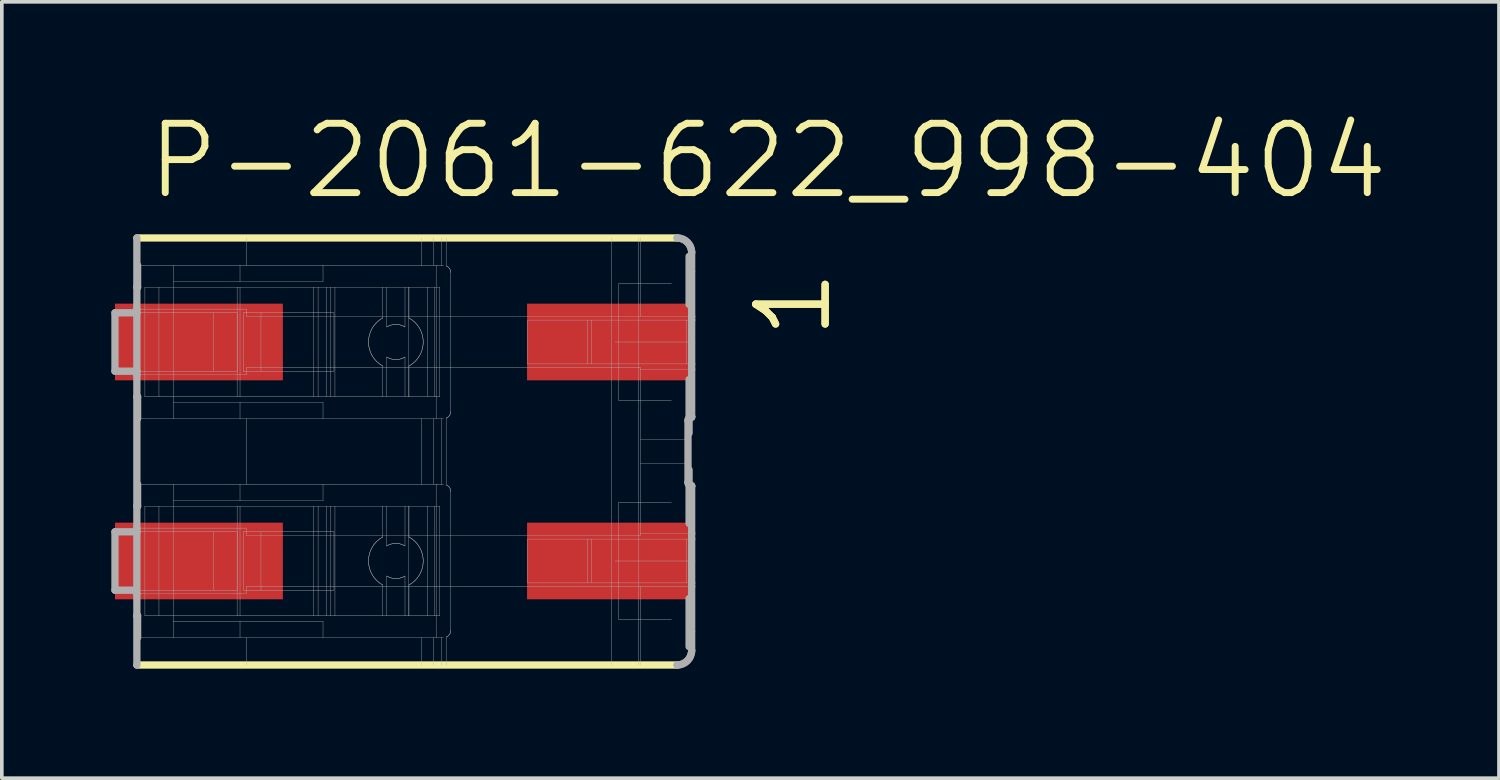
<source format=kicad_pcb>
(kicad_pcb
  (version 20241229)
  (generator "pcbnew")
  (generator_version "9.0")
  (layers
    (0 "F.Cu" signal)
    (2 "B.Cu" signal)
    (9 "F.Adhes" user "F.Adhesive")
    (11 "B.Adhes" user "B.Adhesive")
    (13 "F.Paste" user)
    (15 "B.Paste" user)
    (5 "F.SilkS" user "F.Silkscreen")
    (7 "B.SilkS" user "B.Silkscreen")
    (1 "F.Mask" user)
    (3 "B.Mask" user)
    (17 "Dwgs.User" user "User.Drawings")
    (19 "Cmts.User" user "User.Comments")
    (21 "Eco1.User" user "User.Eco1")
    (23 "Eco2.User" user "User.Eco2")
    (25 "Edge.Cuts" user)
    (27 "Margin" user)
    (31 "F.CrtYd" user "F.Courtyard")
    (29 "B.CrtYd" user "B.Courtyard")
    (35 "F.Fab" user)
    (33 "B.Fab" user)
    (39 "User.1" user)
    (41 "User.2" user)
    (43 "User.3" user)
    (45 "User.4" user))
  (footprint "P-2061-622_998-404"
    (layer "F.Cu")
    (at 8.05 9.32)
    (property "Reference" "P-2061-622_998-404" (at -7.15 -6.85 0) (layer "F.SilkS") (effects (font (size 1.9 1.9) (thickness 0.19)) (justify left bottom)))
    (attr through_hole)
    (fp_line (start 7.445 -5.85) (end -7.35 -5.85) (stroke (width 0.2) (type solid)) (layer "F.SilkS"))
    (fp_line (start 7.445 5.85) (end -7.35 5.85) (stroke (width 0.2) (type solid)) (layer "F.SilkS"))
    (fp_line (start -7.95 -3.8) (end -7.35 -3.8) (stroke (width 0.2) (type solid)) (layer "F.Fab"))
    (fp_line (start -7.95 -2.2) (end -7.95 -3.8) (stroke (width 0.2) (type solid)) (layer "F.Fab"))
    (fp_line (start -7.95 -2.2) (end -7.35 -2.2) (stroke (width 0.2) (type solid)) (layer "F.Fab"))
    (fp_line (start -7.95 2.2) (end -7.35 2.2) (stroke (width 0.2) (type solid)) (layer "F.Fab"))
    (fp_line (start -7.95 3.8) (end -7.95 2.2) (stroke (width 0.2) (type solid)) (layer "F.Fab"))
    (fp_line (start -7.95 3.8) (end -7.4 3.8) (stroke (width 0.2) (type solid)) (layer "F.Fab"))
    (fp_line (start -7.4 3.8) (end -5.25 3.8) (stroke (width 0.01) (type solid)) (layer "F.Fab"))
    (fp_line (start -7.35 -4.5) (end -7.35 -5.85) (stroke (width 0.2) (type solid)) (layer "F.Fab"))
    (fp_line (start -7.35 -3.9) (end -7.35 -4.5) (stroke (width 0.2) (type solid)) (layer "F.Fab"))
    (fp_line (start -7.35 -3.8) (end -7.35 -3.9) (stroke (width 0.2) (type solid)) (layer "F.Fab"))
    (fp_line (start -7.35 -3.8) (end -5.25 -3.8) (stroke (width 0.01) (type solid)) (layer "F.Fab"))
    (fp_line (start -7.35 -2.2) (end -7.35 -3.8) (stroke (width 0.2) (type solid)) (layer "F.Fab"))
    (fp_line (start -7.35 -2.2) (end -5.25 -2.2) (stroke (width 0.01) (type solid)) (layer "F.Fab"))
    (fp_line (start -7.35 -2.1) (end -7.35 -2.2) (stroke (width 0.2) (type solid)) (layer "F.Fab"))
    (fp_line (start -7.35 -1.5) (end -7.35 -2.1) (stroke (width 0.2) (type solid)) (layer "F.Fab"))
    (fp_line (start -7.35 1.5) (end -7.35 -1.5) (stroke (width 0.2) (type solid)) (layer "F.Fab"))
    (fp_line (start -7.35 2.1) (end -7.35 1.5) (stroke (width 0.2) (type solid)) (layer "F.Fab"))
    (fp_line (start -7.35 2.2) (end -7.35 2.1) (stroke (width 0.2) (type solid)) (layer "F.Fab"))
    (fp_line (start -7.35 2.2) (end -5.25 2.2) (stroke (width 0.01) (type solid)) (layer "F.Fab"))
    (fp_line (start -7.35 3.9) (end -7.35 2.2) (stroke (width 0.2) (type solid)) (layer "F.Fab"))
    (fp_line (start -7.35 4.5) (end -7.35 3.9) (stroke (width 0.2) (type solid)) (layer "F.Fab"))
    (fp_line (start -7.35 5.85) (end -7.35 4.5) (stroke (width 0.2) (type solid)) (layer "F.Fab"))
    (fp_line (start -7.33 -5.1) (end -7.33 -4.5) (stroke (width 0.2) (type solid)) (layer "F.Fab"))
    (fp_line (start -7.33 -4.5) (end -7.35 -4.5) (stroke (width 0.2) (type solid)) (layer "F.Fab"))
    (fp_line (start -7.33 -1.5) (end -7.35 -1.5) (stroke (width 0.2) (type solid)) (layer "F.Fab"))
    (fp_line (start -7.33 -1.5) (end -7.33 -0.9) (stroke (width 0.2) (type solid)) (layer "F.Fab"))
    (fp_line (start -7.33 -0.9) (end -6.35 -0.9) (stroke (width 0.01) (type solid)) (layer "F.Fab"))
    (fp_line (start -7.33 0.9) (end -7.33 1.5) (stroke (width 0.2) (type solid)) (layer "F.Fab"))
    (fp_line (start -7.33 1.5) (end -7.35 1.5) (stroke (width 0.2) (type solid)) (layer "F.Fab"))
    (fp_line (start -7.33 4.5) (end -7.35 4.5) (stroke (width 0.2) (type solid)) (layer "F.Fab"))
    (fp_line (start -7.33 4.5) (end -7.33 5.1) (stroke (width 0.2) (type solid)) (layer "F.Fab"))
    (fp_line (start -7.33 5.1) (end -6.35 5.1) (stroke (width 0.01) (type solid)) (layer "F.Fab"))
    (fp_line (start -7.13 -1.5) (end -7.13 -4.5) (stroke (width 0.01) (type solid)) (layer "F.Fab"))
    (fp_line (start -7.13 4.5) (end -7.13 1.5) (stroke (width 0.01) (type solid)) (layer "F.Fab"))
    (fp_line (start -6.745 -4.5) (end -7.13 -4.5) (stroke (width 0.01) (type solid)) (layer "F.Fab"))
    (fp_line (start -6.745 -1.5) (end -7.13 -1.5) (stroke (width 0.01) (type solid)) (layer "F.Fab"))
    (fp_line (start -6.745 -1.5) (end -6.745 -4.5) (stroke (width 0.01) (type solid)) (layer "F.Fab"))
    (fp_line (start -6.745 1.5) (end -7.13 1.5) (stroke (width 0.01) (type solid)) (layer "F.Fab"))
    (fp_line (start -6.745 4.5) (end -7.13 4.5) (stroke (width 0.01) (type solid)) (layer "F.Fab"))
    (fp_line (start -6.745 4.5) (end -6.745 1.5) (stroke (width 0.01) (type solid)) (layer "F.Fab"))
    (fp_line (start -6.35 -5.1) (end -7.33 -5.1) (stroke (width 0.01) (type solid)) (layer "F.Fab"))
    (fp_line (start -6.35 -4.65) (end -6.35 -5.1) (stroke (width 0.01) (type solid)) (layer "F.Fab"))
    (fp_line (start -6.35 -1.35) (end -6.35 -4.65) (stroke (width 0.01) (type solid)) (layer "F.Fab"))
    (fp_line (start -6.35 -0.9) (end -6.35 -1.35) (stroke (width 0.01) (type solid)) (layer "F.Fab"))
    (fp_line (start -6.35 -0.9) (end -4.524 -0.9) (stroke (width 0.01) (type solid)) (layer "F.Fab"))
    (fp_line (start -6.35 0.9) (end -7.33 0.9) (stroke (width 0.01) (type solid)) (layer "F.Fab"))
    (fp_line (start -6.35 1.35) (end -6.35 0.9) (stroke (width 0.01) (type solid)) (layer "F.Fab"))
    (fp_line (start -6.35 4.65) (end -6.35 1.35) (stroke (width 0.01) (type solid)) (layer "F.Fab"))
    (fp_line (start -6.35 5.1) (end -6.35 4.65) (stroke (width 0.01) (type solid)) (layer "F.Fab"))
    (fp_line (start -6.35 5.1) (end -4.524 5.1) (stroke (width 0.01) (type solid)) (layer "F.Fab"))
    (fp_line (start -5.25 -3.8) (end -4.602 -3.8) (stroke (width 0.01) (type solid)) (layer "F.Fab"))
    (fp_line (start -5.25 -2.2) (end -5.25 -3.8) (stroke (width 0.01) (type solid)) (layer "F.Fab"))
    (fp_line (start -5.25 -2.2) (end -4.602 -2.2) (stroke (width 0.01) (type solid)) (layer "F.Fab"))
    (fp_line (start -5.25 2.2) (end -4.602 2.2) (stroke (width 0.01) (type solid)) (layer "F.Fab"))
    (fp_line (start -5.25 3.8) (end -5.25 2.2) (stroke (width 0.01) (type solid)) (layer "F.Fab"))
    (fp_line (start -5.25 3.8) (end -4.602 3.8) (stroke (width 0.01) (type solid)) (layer "F.Fab"))
    (fp_line (start -4.603 -4.5) (end -6.745 -4.5) (stroke (width 0.01) (type solid)) (layer "F.Fab"))
    (fp_line (start -4.603 -1.5) (end -6.745 -1.5) (stroke (width 0.01) (type solid)) (layer "F.Fab"))
    (fp_line (start -4.603 -1.5) (end -4.603 -4.5) (stroke (width 0.01) (type solid)) (layer "F.Fab"))
    (fp_line (start -4.603 1.5) (end -6.745 1.5) (stroke (width 0.01) (type solid)) (layer "F.Fab"))
    (fp_line (start -4.603 4.5) (end -6.745 4.5) (stroke (width 0.01) (type solid)) (layer "F.Fab"))
    (fp_line (start -4.603 4.5) (end -4.603 1.5) (stroke (width 0.01) (type solid)) (layer "F.Fab"))
    (fp_line (start -4.602 -3.8) (end -4.602 -2.2) (stroke (width 0.01) (type solid)) (layer "F.Fab"))
    (fp_line (start -4.602 2.2) (end -4.602 3.8) (stroke (width 0.01) (type solid)) (layer "F.Fab"))
    (fp_line (start -4.524 -5.1) (end -6.35 -5.1) (stroke (width 0.01) (type solid)) (layer "F.Fab"))
    (fp_line (start -4.524 -4.65) (end -6.35 -4.65) (stroke (width 0.01) (type solid)) (layer "F.Fab"))
    (fp_line (start -4.524 -4.65) (end -4.524 -5.1) (stroke (width 0.01) (type solid)) (layer "F.Fab"))
    (fp_line (start -4.524 -4.5) (end -4.603 -4.5) (stroke (width 0.01) (type solid)) (layer "F.Fab"))
    (fp_line (start -4.524 -1.5) (end -4.603 -1.5) (stroke (width 0.01) (type solid)) (layer "F.Fab"))
    (fp_line (start -4.524 -1.5) (end -4.524 -4.5) (stroke (width 0.01) (type solid)) (layer "F.Fab"))
    (fp_line (start -4.524 -1.35) (end -6.35 -1.35) (stroke (width 0.01) (type solid)) (layer "F.Fab"))
    (fp_line (start -4.524 -1.35) (end -4.524 -0.9) (stroke (width 0.01) (type solid)) (layer "F.Fab"))
    (fp_line (start -4.524 -0.9) (end -4.35 -0.9) (stroke (width 0.01) (type solid)) (layer "F.Fab"))
    (fp_line (start -4.524 0.9) (end -6.35 0.9) (stroke (width 0.01) (type solid)) (layer "F.Fab"))
    (fp_line (start -4.524 1.35) (end -6.35 1.35) (stroke (width 0.01) (type solid)) (layer "F.Fab"))
    (fp_line (start -4.524 1.35) (end -4.524 0.9) (stroke (width 0.01) (type solid)) (layer "F.Fab"))
    (fp_line (start -4.524 1.5) (end -4.603 1.5) (stroke (width 0.01) (type solid)) (layer "F.Fab"))
    (fp_line (start -4.524 4.5) (end -4.603 4.5) (stroke (width 0.01) (type solid)) (layer "F.Fab"))
    (fp_line (start -4.524 4.5) (end -4.524 1.5) (stroke (width 0.01) (type solid)) (layer "F.Fab"))
    (fp_line (start -4.524 4.65) (end -6.35 4.65) (stroke (width 0.01) (type solid)) (layer "F.Fab"))
    (fp_line (start -4.524 4.65) (end -4.524 5.1) (stroke (width 0.01) (type solid)) (layer "F.Fab"))
    (fp_line (start -4.524 5.1) (end -4.35 5.1) (stroke (width 0.01) (type solid)) (layer "F.Fab"))
    (fp_line (start -4.432 -2.2) (end -4.432 -3.8) (stroke (width 0.01) (type solid)) (layer "F.Fab"))
    (fp_line (start -4.432 3.8) (end -4.432 2.2) (stroke (width 0.01) (type solid)) (layer "F.Fab"))
    (fp_line (start -4.35 -5.1) (end -4.524 -5.1) (stroke (width 0.01) (type solid)) (layer "F.Fab"))
    (fp_line (start -4.35 -5.1) (end -4.35 -5.85) (stroke (width 0.01) (type solid)) (layer "F.Fab"))
    (fp_line (start -4.35 -3.9) (end -7.35 -3.9) (stroke (width 0.01) (type solid)) (layer "F.Fab"))
    (fp_line (start -4.35 -3.7) (end -4.35 -3.9) (stroke (width 0.01) (type solid)) (layer "F.Fab"))
    (fp_line (start -4.35 -3.7) (end 6.45 -3.7) (stroke (width 0.01) (type solid)) (layer "F.Fab"))
    (fp_line (start -4.35 -2.3) (end 6.45 -2.3) (stroke (width 0.01) (type solid)) (layer "F.Fab"))
    (fp_line (start -4.35 -2.1) (end -7.35 -2.1) (stroke (width 0.01) (type solid)) (layer "F.Fab"))
    (fp_line (start -4.35 -2.1) (end -4.35 -2.3) (stroke (width 0.01) (type solid)) (layer "F.Fab"))
    (fp_line (start -4.35 -0.9) (end -2.25 -0.9) (stroke (width 0.01) (type solid)) (layer "F.Fab"))
    (fp_line (start -4.35 0.9) (end -4.524 0.9) (stroke (width 0.01) (type solid)) (layer "F.Fab"))
    (fp_line (start -4.35 0.9) (end -4.35 -0.9) (stroke (width 0.01) (type solid)) (layer "F.Fab"))
    (fp_line (start -4.35 2.1) (end -7.35 2.1) (stroke (width 0.01) (type solid)) (layer "F.Fab"))
    (fp_line (start -4.35 2.3) (end -4.35 2.1) (stroke (width 0.01) (type solid)) (layer "F.Fab"))
    (fp_line (start -4.35 2.3) (end 6.45 2.3) (stroke (width 0.01) (type solid)) (layer "F.Fab"))
    (fp_line (start -4.35 3.7) (end 6.45 3.7) (stroke (width 0.01) (type solid)) (layer "F.Fab"))
    (fp_line (start -4.35 3.9) (end -7.35 3.9) (stroke (width 0.01) (type solid)) (layer "F.Fab"))
    (fp_line (start -4.35 3.9) (end -4.35 3.7) (stroke (width 0.01) (type solid)) (layer "F.Fab"))
    (fp_line (start -4.35 5.1) (end -2.25 5.1) (stroke (width 0.01) (type solid)) (layer "F.Fab"))
    (fp_line (start -4.35 5.85) (end -4.35 5.1) (stroke (width 0.01) (type solid)) (layer "F.Fab"))
    (fp_line (start -3.95 -3.8) (end -4.432 -3.8) (stroke (width 0.01) (type solid)) (layer "F.Fab"))
    (fp_line (start -3.95 -2.2) (end -4.432 -2.2) (stroke (width 0.01) (type solid)) (layer "F.Fab"))
    (fp_line (start -3.95 -2.2) (end -3.95 -3.8) (stroke (width 0.01) (type solid)) (layer "F.Fab"))
    (fp_line (start -3.95 2.2) (end -4.432 2.2) (stroke (width 0.01) (type solid)) (layer "F.Fab"))
    (fp_line (start -3.95 3.8) (end -4.432 3.8) (stroke (width 0.01) (type solid)) (layer "F.Fab"))
    (fp_line (start -3.95 3.8) (end -3.95 2.2) (stroke (width 0.01) (type solid)) (layer "F.Fab"))
    (fp_line (start -2.507 -4.5) (end -4.524 -4.5) (stroke (width 0.01) (type solid)) (layer "F.Fab"))
    (fp_line (start -2.507 -1.5) (end -4.524 -1.5) (stroke (width 0.01) (type solid)) (layer "F.Fab"))
    (fp_line (start -2.507 -1.5) (end -2.507 -4.5) (stroke (width 0.01) (type solid)) (layer "F.Fab"))
    (fp_line (start -2.507 1.5) (end -4.524 1.5) (stroke (width 0.01) (type solid)) (layer "F.Fab"))
    (fp_line (start -2.507 4.5) (end -4.524 4.5) (stroke (width 0.01) (type solid)) (layer "F.Fab"))
    (fp_line (start -2.507 4.5) (end -2.507 1.5) (stroke (width 0.01) (type solid)) (layer "F.Fab"))
    (fp_line (start -2.385 -4.5) (end -2.507 -4.5) (stroke (width 0.01) (type solid)) (layer "F.Fab"))
    (fp_line (start -2.385 -1.5) (end -2.507 -1.5) (stroke (width 0.01) (type solid)) (layer "F.Fab"))
    (fp_line (start -2.385 -1.5) (end -2.385 -4.5) (stroke (width 0.01) (type solid)) (layer "F.Fab"))
    (fp_line (start -2.385 1.5) (end -2.507 1.5) (stroke (width 0.01) (type solid)) (layer "F.Fab"))
    (fp_line (start -2.385 4.5) (end -2.507 4.5) (stroke (width 0.01) (type solid)) (layer "F.Fab"))
    (fp_line (start -2.385 4.5) (end -2.385 1.5) (stroke (width 0.01) (type solid)) (layer "F.Fab"))
    (fp_line (start -2.25 -5.1) (end -4.35 -5.1) (stroke (width 0.01) (type solid)) (layer "F.Fab"))
    (fp_line (start -2.25 -4.65) (end -4.524 -4.65) (stroke (width 0.01) (type solid)) (layer "F.Fab"))
    (fp_line (start -2.25 -4.65) (end -2.25 -5.1) (stroke (width 0.01) (type solid)) (layer "F.Fab"))
    (fp_line (start -2.25 -1.35) (end -4.524 -1.35) (stroke (width 0.01) (type solid)) (layer "F.Fab"))
    (fp_line (start -2.25 -1.35) (end -2.25 -0.9) (stroke (width 0.01) (type solid)) (layer "F.Fab"))
    (fp_line (start -2.25 -0.9) (end 0.457 -0.9) (stroke (width 0.01) (type solid)) (layer "F.Fab"))
    (fp_line (start -2.25 0.9) (end -4.35 0.9) (stroke (width 0.01) (type solid)) (layer "F.Fab"))
    (fp_line (start -2.25 1.35) (end -4.524 1.35) (stroke (width 0.01) (type solid)) (layer "F.Fab"))
    (fp_line (start -2.25 1.35) (end -2.25 0.9) (stroke (width 0.01) (type solid)) (layer "F.Fab"))
    (fp_line (start -2.25 4.65) (end -4.524 4.65) (stroke (width 0.01) (type solid)) (layer "F.Fab"))
    (fp_line (start -2.25 4.65) (end -2.25 5.1) (stroke (width 0.01) (type solid)) (layer "F.Fab"))
    (fp_line (start -2.25 5.1) (end 0.457 5.1) (stroke (width 0.01) (type solid)) (layer "F.Fab"))
    (fp_line (start -2.154 -4.5) (end -2.385 -4.5) (stroke (width 0.01) (type solid)) (layer "F.Fab"))
    (fp_line (start -2.154 -1.5) (end -2.385 -1.5) (stroke (width 0.01) (type solid)) (layer "F.Fab"))
    (fp_line (start -2.154 -1.5) (end -2.154 -4.5) (stroke (width 0.01) (type solid)) (layer "F.Fab"))
    (fp_line (start -2.154 1.5) (end -2.385 1.5) (stroke (width 0.01) (type solid)) (layer "F.Fab"))
    (fp_line (start -2.154 4.5) (end -2.385 4.5) (stroke (width 0.01) (type solid)) (layer "F.Fab"))
    (fp_line (start -2.154 4.5) (end -2.154 1.5) (stroke (width 0.01) (type solid)) (layer "F.Fab"))
    (fp_line (start -2.038 -4.5) (end -2.154 -4.5) (stroke (width 0.01) (type solid)) (layer "F.Fab"))
    (fp_line (start -2.038 -1.5) (end -2.154 -1.5) (stroke (width 0.01) (type solid)) (layer "F.Fab"))
    (fp_line (start -2.038 -1.5) (end -2.038 -4.5) (stroke (width 0.01) (type solid)) (layer "F.Fab"))
    (fp_line (start -2.038 1.5) (end -2.154 1.5) (stroke (width 0.01) (type solid)) (layer "F.Fab"))
    (fp_line (start -2.038 4.5) (end -2.154 4.5) (stroke (width 0.01) (type solid)) (layer "F.Fab"))
    (fp_line (start -2.038 4.5) (end -2.038 1.5) (stroke (width 0.01) (type solid)) (layer "F.Fab"))
    (fp_line (start -1.95 -3.8) (end -3.95 -3.8) (stroke (width 0.01) (type solid)) (layer "F.Fab"))
    (fp_line (start -1.95 -2.2) (end -3.95 -2.2) (stroke (width 0.01) (type solid)) (layer "F.Fab"))
    (fp_line (start -1.95 -2.2) (end -1.95 -3.8) (stroke (width 0.01) (type solid)) (layer "F.Fab"))
    (fp_line (start -1.95 2.2) (end -3.95 2.2) (stroke (width 0.01) (type solid)) (layer "F.Fab"))
    (fp_line (start -1.95 3.8) (end -3.95 3.8) (stroke (width 0.01) (type solid)) (layer "F.Fab"))
    (fp_line (start -1.95 3.8) (end -1.95 2.2) (stroke (width 0.01) (type solid)) (layer "F.Fab"))
    (fp_line (start -1.923 -4.5) (end -2.038 -4.5) (stroke (width 0.01) (type solid)) (layer "F.Fab"))
    (fp_line (start -1.923 -1.5) (end -2.038 -1.5) (stroke (width 0.01) (type solid)) (layer "F.Fab"))
    (fp_line (start -1.923 -1.5) (end -1.923 -4.5) (stroke (width 0.01) (type solid)) (layer "F.Fab"))
    (fp_line (start -1.923 1.5) (end -2.038 1.5) (stroke (width 0.01) (type solid)) (layer "F.Fab"))
    (fp_line (start -1.923 4.5) (end -2.038 4.5) (stroke (width 0.01) (type solid)) (layer "F.Fab"))
    (fp_line (start -1.923 4.5) (end -1.923 1.5) (stroke (width 0.01) (type solid)) (layer "F.Fab"))
    (fp_line (start -0.613 -4.5) (end -1.923 -4.5) (stroke (width 0.01) (type solid)) (layer "F.Fab"))
    (fp_line (start -0.613 -3.658) (end -0.613 -4.5) (stroke (width 0.01) (type solid)) (layer "F.Fab"))
    (fp_line (start -0.613 -1.5) (end -1.923 -1.5) (stroke (width 0.01) (type solid)) (layer "F.Fab"))
    (fp_line (start -0.613 -1.5) (end -0.613 -2.342) (stroke (width 0.01) (type solid)) (layer "F.Fab"))
    (fp_line (start -0.613 1.5) (end -1.923 1.5) (stroke (width 0.01) (type solid)) (layer "F.Fab"))
    (fp_line (start -0.613 2.342) (end -0.613 1.5) (stroke (width 0.01) (type solid)) (layer "F.Fab"))
    (fp_line (start -0.613 4.5) (end -1.923 4.5) (stroke (width 0.01) (type solid)) (layer "F.Fab"))
    (fp_line (start -0.613 4.5) (end -0.613 3.658) (stroke (width 0.01) (type solid)) (layer "F.Fab"))
    (fp_line (start -0.504 -4.5) (end -0.613 -4.5) (stroke (width 0.01) (type solid)) (layer "F.Fab"))
    (fp_line (start -0.504 -3.412) (end -0.504 -4.5) (stroke (width 0.01) (type solid)) (layer "F.Fab"))
    (fp_line (start -0.504 -1.5) (end -0.613 -1.5) (stroke (width 0.01) (type solid)) (layer "F.Fab"))
    (fp_line (start -0.504 -1.5) (end -0.504 -2.588) (stroke (width 0.01) (type solid)) (layer "F.Fab"))
    (fp_line (start -0.504 1.5) (end -0.613 1.5) (stroke (width 0.01) (type solid)) (layer "F.Fab"))
    (fp_line (start -0.504 2.588) (end -0.504 1.5) (stroke (width 0.01) (type solid)) (layer "F.Fab"))
    (fp_line (start -0.504 4.5) (end -0.613 4.5) (stroke (width 0.01) (type solid)) (layer "F.Fab"))
    (fp_line (start -0.504 4.5) (end -0.504 3.412) (stroke (width 0.01) (type solid)) (layer "F.Fab"))
    (fp_line (start -0.004 -4.5) (end -0.504 -4.5) (stroke (width 0.01) (type solid)) (layer "F.Fab"))
    (fp_line (start -0.004 -3.412) (end -0.004 -4.5) (stroke (width 0.01) (type solid)) (layer "F.Fab"))
    (fp_line (start -0.004 -1.5) (end -0.504 -1.5) (stroke (width 0.01) (type solid)) (layer "F.Fab"))
    (fp_line (start -0.004 -1.5) (end -0.004 -2.588) (stroke (width 0.01) (type solid)) (layer "F.Fab"))
    (fp_line (start -0.004 1.5) (end -0.504 1.5) (stroke (width 0.01) (type solid)) (layer "F.Fab"))
    (fp_line (start -0.004 2.588) (end -0.004 1.5) (stroke (width 0.01) (type solid)) (layer "F.Fab"))
    (fp_line (start -0.004 4.5) (end -0.504 4.5) (stroke (width 0.01) (type solid)) (layer "F.Fab"))
    (fp_line (start -0.004 4.5) (end -0.004 3.412) (stroke (width 0.01) (type solid)) (layer "F.Fab"))
    (fp_line (start 0.101 -4.5) (end -0.004 -4.5) (stroke (width 0.01) (type solid)) (layer "F.Fab"))
    (fp_line (start 0.101 -1.5) (end -0.004 -1.5) (stroke (width 0.01) (type solid)) (layer "F.Fab"))
    (fp_line (start 0.101 -1.5) (end 0.101 -4.5) (stroke (width 0.01) (type solid)) (layer "F.Fab"))
    (fp_line (start 0.101 1.5) (end -0.004 1.5) (stroke (width 0.01) (type solid)) (layer "F.Fab"))
    (fp_line (start 0.101 4.5) (end -0.004 4.5) (stroke (width 0.01) (type solid)) (layer "F.Fab"))
    (fp_line (start 0.101 4.5) (end 0.101 1.5) (stroke (width 0.01) (type solid)) (layer "F.Fab"))
    (fp_line (start 0.105 -4.5) (end 0.101 -4.5) (stroke (width 0.01) (type solid)) (layer "F.Fab"))
    (fp_line (start 0.105 -3.658) (end 0.105 -4.5) (stroke (width 0.01) (type solid)) (layer "F.Fab"))
    (fp_line (start 0.105 -1.5) (end 0.101 -1.5) (stroke (width 0.01) (type solid)) (layer "F.Fab"))
    (fp_line (start 0.105 -1.5) (end 0.105 -2.342) (stroke (width 0.01) (type solid)) (layer "F.Fab"))
    (fp_line (start 0.105 1.5) (end 0.101 1.5) (stroke (width 0.01) (type solid)) (layer "F.Fab"))
    (fp_line (start 0.105 2.342) (end 0.105 1.5) (stroke (width 0.01) (type solid)) (layer "F.Fab"))
    (fp_line (start 0.105 4.5) (end 0.101 4.5) (stroke (width 0.01) (type solid)) (layer "F.Fab"))
    (fp_line (start 0.105 4.5) (end 0.105 3.658) (stroke (width 0.01) (type solid)) (layer "F.Fab"))
    (fp_line (start 0.457 -5.1) (end -2.25 -5.1) (stroke (width 0.01) (type solid)) (layer "F.Fab"))
    (fp_line (start 0.457 -5.1) (end 0.457 -5.85) (stroke (width 0.01) (type solid)) (layer "F.Fab"))
    (fp_line (start 0.457 -0.9) (end 0.782 -0.9) (stroke (width 0.01) (type solid)) (layer "F.Fab"))
    (fp_line (start 0.457 0.9) (end -2.25 0.9) (stroke (width 0.01) (type solid)) (layer "F.Fab"))
    (fp_line (start 0.457 0.9) (end 0.457 -0.9) (stroke (width 0.01) (type solid)) (layer "F.Fab"))
    (fp_line (start 0.457 5.1) (end 0.782 5.1) (stroke (width 0.01) (type solid)) (layer "F.Fab"))
    (fp_line (start 0.457 5.85) (end 0.457 5.1) (stroke (width 0.01) (type solid)) (layer "F.Fab"))
    (fp_line (start 0.605 -4.5) (end 0.105 -4.5) (stroke (width 0.01) (type solid)) (layer "F.Fab"))
    (fp_line (start 0.605 -1.5) (end 0.105 -1.5) (stroke (width 0.01) (type solid)) (layer "F.Fab"))
    (fp_line (start 0.605 -1.5) (end 0.605 -4.5) (stroke (width 0.01) (type solid)) (layer "F.Fab"))
    (fp_line (start 0.605 1.5) (end 0.105 1.5) (stroke (width 0.01) (type solid)) (layer "F.Fab"))
    (fp_line (start 0.605 4.5) (end 0.105 4.5) (stroke (width 0.01) (type solid)) (layer "F.Fab"))
    (fp_line (start 0.605 4.5) (end 0.605 1.5) (stroke (width 0.01) (type solid)) (layer "F.Fab"))
    (fp_line (start 0.782 -5.1) (end 0.457 -5.1) (stroke (width 0.01) (type solid)) (layer "F.Fab"))
    (fp_line (start 0.782 -5.1) (end 0.782 -5.85) (stroke (width 0.01) (type solid)) (layer "F.Fab"))
    (fp_line (start 0.782 -0.9) (end 0.85 -0.9) (stroke (width 0.01) (type solid)) (layer "F.Fab"))
    (fp_line (start 0.782 0.9) (end 0.457 0.9) (stroke (width 0.01) (type solid)) (layer "F.Fab"))
    (fp_line (start 0.782 0.9) (end 0.782 -0.9) (stroke (width 0.01) (type solid)) (layer "F.Fab"))
    (fp_line (start 0.782 5.1) (end 0.85 5.1) (stroke (width 0.01) (type solid)) (layer "F.Fab"))
    (fp_line (start 0.782 5.85) (end 0.782 5.1) (stroke (width 0.01) (type solid)) (layer "F.Fab"))
    (fp_line (start 0.802 -4.5) (end 0.605 -4.5) (stroke (width 0.01) (type solid)) (layer "F.Fab"))
    (fp_line (start 0.802 -1.5) (end 0.605 -1.5) (stroke (width 0.01) (type solid)) (layer "F.Fab"))
    (fp_line (start 0.802 -1.5) (end 0.802 -4.5) (stroke (width 0.01) (type solid)) (layer "F.Fab"))
    (fp_line (start 0.802 1.5) (end 0.605 1.5) (stroke (width 0.01) (type solid)) (layer "F.Fab"))
    (fp_line (start 0.802 4.5) (end 0.605 4.5) (stroke (width 0.01) (type solid)) (layer "F.Fab"))
    (fp_line (start 0.802 4.5) (end 0.802 1.5) (stroke (width 0.01) (type solid)) (layer "F.Fab"))
    (fp_line (start 0.85 -5.1) (end 0.782 -5.1) (stroke (width 0.01) (type solid)) (layer "F.Fab"))
    (fp_line (start 0.85 -0.9) (end 0.85 -5.1) (stroke (width 0.01) (type solid)) (layer "F.Fab"))
    (fp_line (start 0.85 -0.9) (end 0.994 -0.9) (stroke (width 0.01) (type solid)) (layer "F.Fab"))
    (fp_line (start 0.85 0.9) (end 0.782 0.9) (stroke (width 0.01) (type solid)) (layer "F.Fab"))
    (fp_line (start 0.85 5.1) (end 0.85 0.9) (stroke (width 0.01) (type solid)) (layer "F.Fab"))
    (fp_line (start 0.85 5.1) (end 0.994 5.1) (stroke (width 0.01) (type solid)) (layer "F.Fab"))
    (fp_line (start 0.95 -4.5) (end 0.802 -4.5) (stroke (width 0.01) (type solid)) (layer "F.Fab"))
    (fp_line (start 0.95 -1.5) (end 0.802 -1.5) (stroke (width 0.01) (type solid)) (layer "F.Fab"))
    (fp_line (start 0.95 -1.5) (end 0.95 -4.5) (stroke (width 0.01) (type solid)) (layer "F.Fab"))
    (fp_line (start 0.95 1.5) (end 0.802 1.5) (stroke (width 0.01) (type solid)) (layer "F.Fab"))
    (fp_line (start 0.95 4.5) (end 0.802 4.5) (stroke (width 0.01) (type solid)) (layer "F.Fab"))
    (fp_line (start 0.95 4.5) (end 0.95 1.5) (stroke (width 0.01) (type solid)) (layer "F.Fab"))
    (fp_line (start 0.994 -5.1) (end 0.85 -5.1) (stroke (width 0.01) (type solid)) (layer "F.Fab"))
    (fp_line (start 0.994 -5.1) (end 0.994 -5.85) (stroke (width 0.01) (type solid)) (layer "F.Fab"))
    (fp_line (start 0.994 -0.9) (end 1.05 -0.9) (stroke (width 0.01) (type solid)) (layer "F.Fab"))
    (fp_line (start 0.994 0.9) (end 0.85 0.9) (stroke (width 0.01) (type solid)) (layer "F.Fab"))
    (fp_line (start 0.994 0.9) (end 0.994 -0.9) (stroke (width 0.01) (type solid)) (layer "F.Fab"))
    (fp_line (start 0.994 5.1) (end 1.05 5.1) (stroke (width 0.01) (type solid)) (layer "F.Fab"))
    (fp_line (start 0.994 5.85) (end 0.994 5.1) (stroke (width 0.01) (type solid)) (layer "F.Fab"))
    (fp_line (start 1.05 -5.1) (end 0.994 -5.1) (stroke (width 0.01) (type solid)) (layer "F.Fab"))
    (fp_line (start 1.05 0.9) (end 0.994 0.9) (stroke (width 0.01) (type solid)) (layer "F.Fab"))
    (fp_line (start 1.124 -5.086) (end 1.124 -5.85) (stroke (width 0.01) (type solid)) (layer "F.Fab"))
    (fp_line (start 1.124 0.914) (end 1.124 -0.914) (stroke (width 0.01) (type solid)) (layer "F.Fab"))
    (fp_line (start 1.124 5.85) (end 1.124 5.086) (stroke (width 0.01) (type solid)) (layer "F.Fab"))
    (fp_line (start 1.25 -1.1) (end 1.25 -4.9) (stroke (width 0.01) (type solid)) (layer "F.Fab"))
    (fp_line (start 1.25 4.9) (end 1.25 1.1) (stroke (width 0.01) (type solid)) (layer "F.Fab"))
    (fp_line (start 3.35 -3.6) (end 4.999 -3.6) (stroke (width 0.01) (type solid)) (layer "F.Fab"))
    (fp_line (start 3.35 -2.4) (end 3.35 -3.6) (stroke (width 0.01) (type solid)) (layer "F.Fab"))
    (fp_line (start 3.35 2.4) (end 4.999 2.4) (stroke (width 0.01) (type solid)) (layer "F.Fab"))
    (fp_line (start 3.35 3.6) (end 3.35 2.4) (stroke (width 0.01) (type solid)) (layer "F.Fab"))
    (fp_line (start 4.999 -3.6) (end 5.104 -3.6) (stroke (width 0.01) (type solid)) (layer "F.Fab"))
    (fp_line (start 4.999 -2.4) (end 3.35 -2.4) (stroke (width 0.01) (type solid)) (layer "F.Fab"))
    (fp_line (start 4.999 -2.4) (end 4.999 -3.6) (stroke (width 0.01) (type solid)) (layer "F.Fab"))
    (fp_line (start 4.999 2.4) (end 5.104 2.4) (stroke (width 0.01) (type solid)) (layer "F.Fab"))
    (fp_line (start 4.999 3.6) (end 3.35 3.6) (stroke (width 0.01) (type solid)) (layer "F.Fab"))
    (fp_line (start 4.999 3.6) (end 4.999 2.4) (stroke (width 0.01) (type solid)) (layer "F.Fab"))
    (fp_line (start 5.104 -3.6) (end 7.7 -3.6) (stroke (width 0.01) (type solid)) (layer "F.Fab"))
    (fp_line (start 5.104 -2.4) (end 4.999 -2.4) (stroke (width 0.01) (type solid)) (layer "F.Fab"))
    (fp_line (start 5.104 -2.4) (end 5.104 -3.6) (stroke (width 0.01) (type solid)) (layer "F.Fab"))
    (fp_line (start 5.104 2.4) (end 7.7 2.4) (stroke (width 0.01) (type solid)) (layer "F.Fab"))
    (fp_line (start 5.104 3.6) (end 4.999 3.6) (stroke (width 0.01) (type solid)) (layer "F.Fab"))
    (fp_line (start 5.104 3.6) (end 5.104 2.4) (stroke (width 0.01) (type solid)) (layer "F.Fab"))
    (fp_line (start 5.65 5.85) (end 5.65 -5.85) (stroke (width 0.01) (type solid)) (layer "F.Fab"))
    (fp_line (start 5.85 -4.6) (end 5.85 -1.4) (stroke (width 0.01) (type solid)) (layer "F.Fab"))
    (fp_line (start 5.85 -1.4) (end 7.298 -1.4) (stroke (width 0.01) (type solid)) (layer "F.Fab"))
    (fp_line (start 5.85 1.4) (end 5.85 4.6) (stroke (width 0.01) (type solid)) (layer "F.Fab"))
    (fp_line (start 5.85 4.6) (end 7.298 4.6) (stroke (width 0.01) (type solid)) (layer "F.Fab"))
    (fp_line (start 6.394 5.85) (end 6.394 -5.85) (stroke (width 0.01) (type solid)) (layer "F.Fab"))
    (fp_line (start 6.45 -3.7) (end 6.45 -5.85) (stroke (width 0.01) (type solid)) (layer "F.Fab"))
    (fp_line (start 6.45 -3.7) (end 7.85 -3.7) (stroke (width 0.01) (type solid)) (layer "F.Fab"))
    (fp_line (start 6.45 -2.243) (end 6.45 -2.3) (stroke (width 0.01) (type solid)) (layer "F.Fab"))
    (fp_line (start 6.45 -2.243) (end 7.85 -2.243) (stroke (width 0.01) (type solid)) (layer "F.Fab"))
    (fp_line (start 6.45 -0.325) (end 6.45 -2.243) (stroke (width 0.01) (type solid)) (layer "F.Fab"))
    (fp_line (start 6.45 -0.325) (end 7.693 -0.325) (stroke (width 0.01) (type solid)) (layer "F.Fab"))
    (fp_line (start 6.45 0.325) (end 6.45 -0.325) (stroke (width 0.01) (type solid)) (layer "F.Fab"))
    (fp_line (start 6.45 0.325) (end 7.693 0.325) (stroke (width 0.01) (type solid)) (layer "F.Fab"))
    (fp_line (start 6.45 2.243) (end 6.45 0.325) (stroke (width 0.01) (type solid)) (layer "F.Fab"))
    (fp_line (start 6.45 2.3) (end 6.45 2.243) (stroke (width 0.01) (type solid)) (layer "F.Fab"))
    (fp_line (start 6.45 3.7) (end 7.85 3.7) (stroke (width 0.01) (type solid)) (layer "F.Fab"))
    (fp_line (start 6.45 5.85) (end 6.45 3.7) (stroke (width 0.01) (type solid)) (layer "F.Fab"))
    (fp_line (start 7.298 -4.6) (end 5.85 -4.6) (stroke (width 0.01) (type solid)) (layer "F.Fab"))
    (fp_line (start 7.298 1.4) (end 5.85 1.4) (stroke (width 0.01) (type solid)) (layer "F.Fab"))
    (fp_line (start 7.7 -3.6) (end 7.85 -3.6) (stroke (width 0.01) (type solid)) (layer "F.Fab"))
    (fp_line (start 7.7 -2.4) (end 5.104 -2.4) (stroke (width 0.01) (type solid)) (layer "F.Fab"))
    (fp_line (start 7.7 -2.4) (end 7.7 -3.6) (stroke (width 0.01) (type solid)) (layer "F.Fab"))
    (fp_line (start 7.7 2.4) (end 7.85 2.4) (stroke (width 0.01) (type solid)) (layer "F.Fab"))
    (fp_line (start 7.7 3.6) (end 5.104 3.6) (stroke (width 0.01) (type solid)) (layer "F.Fab"))
    (fp_line (start 7.7 3.6) (end 7.7 2.4) (stroke (width 0.01) (type solid)) (layer "F.Fab"))
    (fp_line (start 7.75 0.85) (end 7.75 -0.85) (stroke (width 0.2) (type solid)) (layer "F.Fab"))
    (fp_line (start 7.78 -4.029) (end 7.78 -5.346) (stroke (width 0.2) (type solid)) (layer "F.Fab"))
    (fp_line (start 7.78 -0.506) (end 7.78 -1.971) (stroke (width 0.2) (type solid)) (layer "F.Fab"))
    (fp_line (start 7.78 1.971) (end 7.78 0.506) (stroke (width 0.2) (type solid)) (layer "F.Fab"))
    (fp_line (start 7.78 5.346) (end 7.78 4.029) (stroke (width 0.2) (type solid)) (layer "F.Fab"))
    (fp_line (start 7.85 -5.45) (end 7.85 -4.95) (stroke (width 0.2) (type solid)) (layer "F.Fab"))
    (fp_line (start 7.85 -3.7) (end 7.85 -4.921) (stroke (width 0.2) (type solid)) (layer "F.Fab"))
    (fp_line (start 7.85 -3.6) (end 7.85 -3.7) (stroke (width 0.2) (type solid)) (layer "F.Fab"))
    (fp_line (start 7.85 -2.4) (end 7.7 -2.4) (stroke (width 0.01) (type solid)) (layer "F.Fab"))
    (fp_line (start 7.85 -2.4) (end 7.85 -3.6) (stroke (width 0.2) (type solid)) (layer "F.Fab"))
    (fp_line (start 7.85 -2.243) (end 7.85 -2.4) (stroke (width 0.2) (type solid)) (layer "F.Fab"))
    (fp_line (start 7.85 -0.95) (end 7.85 -2.243) (stroke (width 0.2) (type solid)) (layer "F.Fab"))
    (fp_line (start 7.85 -0.933) (end 7.85 -0.95) (stroke (width 0.2) (type solid)) (layer "F.Fab"))
    (fp_line (start 7.85 0.95) (end 7.85 0.933) (stroke (width 0.2) (type solid)) (layer "F.Fab"))
    (fp_line (start 7.85 2.243) (end 6.45 2.243) (stroke (width 0.01) (type solid)) (layer "F.Fab"))
    (fp_line (start 7.85 2.243) (end 7.85 0.95) (stroke (width 0.2) (type solid)) (layer "F.Fab"))
    (fp_line (start 7.85 2.4) (end 7.85 2.243) (stroke (width 0.2) (type solid)) (layer "F.Fab"))
    (fp_line (start 7.85 3.6) (end 7.7 3.6) (stroke (width 0.01) (type solid)) (layer "F.Fab"))
    (fp_line (start 7.85 3.6) (end 7.85 2.4) (stroke (width 0.2) (type solid)) (layer "F.Fab"))
    (fp_line (start 7.85 3.7) (end 7.85 3.6) (stroke (width 0.2) (type solid)) (layer "F.Fab"))
    (fp_line (start 7.85 4.921) (end 7.85 3.7) (stroke (width 0.2) (type solid)) (layer "F.Fab"))
    (fp_line (start 7.85 5.45) (end 7.85 4.95) (stroke (width 0.2) (type solid)) (layer "F.Fab"))
    (fp_line (start 7.95 -3) (end 5.75 -3) (stroke (width 0.01) (type solid)) (layer "F.Fab"))
    (fp_line (start 7.95 3) (end 5.75 3) (stroke (width 0.01) (type solid)) (layer "F.Fab"))
    (fp_arc (start -0.613399 -2.3416) (mid -1.004208 -3) (end -0.6134 -3.6584) (stroke (width 0.01) (type solid)) (layer "F.Fab"))
    (fp_arc (start -0.613399 -2.3416) (mid -1.004208 -3) (end -0.6134 -3.6584) (stroke (width 0.01) (type solid)) (layer "F.Fab"))
    (fp_arc (start -0.613399 3.6584) (mid -1.004208 3) (end -0.6134 2.3416) (stroke (width 0.01) (type solid)) (layer "F.Fab"))
    (fp_arc (start -0.613399 3.6584) (mid -1.004208 3) (end -0.6134 2.3416) (stroke (width 0.01) (type solid)) (layer "F.Fab"))
    (fp_arc (start -0.504201 -3.4123) (mid -0.2542 -3.482174) (end -0.0042 -3.4123) (stroke (width 0.01) (type solid)) (layer "F.Fab"))
    (fp_arc (start -0.504201 -3.4123) (mid -0.2542 -3.482174) (end -0.0042 -3.4123) (stroke (width 0.01) (type solid)) (layer "F.Fab"))
    (fp_arc (start -0.5042 2.5877) (mid -0.2542 2.517826) (end -0.0042 2.5877) (stroke (width 0.01) (type solid)) (layer "F.Fab"))
    (fp_arc (start -0.5042 2.5877) (mid -0.2542 2.517826) (end -0.0042 2.5877) (stroke (width 0.01) (type solid)) (layer "F.Fab"))
    (fp_arc (start -0.0042 -2.5877) (mid -0.2542 -2.517826) (end -0.5042 -2.5877) (stroke (width 0.01) (type solid)) (layer "F.Fab"))
    (fp_arc (start -0.0042 -2.5877) (mid -0.2542 -2.517826) (end -0.5042 -2.5877) (stroke (width 0.01) (type solid)) (layer "F.Fab"))
    (fp_arc (start -0.004199 3.4123) (mid -0.2542 3.482174) (end -0.5042 3.4123) (stroke (width 0.01) (type solid)) (layer "F.Fab"))
    (fp_arc (start -0.004199 3.4123) (mid -0.2542 3.482174) (end -0.5042 3.4123) (stroke (width 0.01) (type solid)) (layer "F.Fab"))
    (fp_arc (start 0.105001 -3.6584) (mid 0.49581 -3) (end 0.105 -2.3416) (stroke (width 0.01) (type solid)) (layer "F.Fab"))
    (fp_arc (start 0.105001 -3.6584) (mid 0.49581 -3) (end 0.105 -2.3416) (stroke (width 0.01) (type solid)) (layer "F.Fab"))
    (fp_arc (start 0.105001 2.3416) (mid 0.49581 3) (end 0.105 3.6584) (stroke (width 0.01) (type solid)) (layer "F.Fab"))
    (fp_arc (start 0.105001 2.3416) (mid 0.49581 3) (end 0.105 3.6584) (stroke (width 0.01) (type solid)) (layer "F.Fab"))
    (fp_arc (start 1.123999 -5.0858) (mid 1.215527 -5.012246) (end 1.25 -4.9) (stroke (width 0.01) (type solid)) (layer "F.Fab"))
    (fp_arc (start 1.123999 -5.0858) (mid 1.215527 -5.012246) (end 1.25 -4.9) (stroke (width 0.01) (type solid)) (layer "F.Fab"))
    (fp_arc (start 1.124 0.9142) (mid 1.215528 0.987754) (end 1.25 1.1) (stroke (width 0.01) (type solid)) (layer "F.Fab"))
    (fp_arc (start 1.124 0.9142) (mid 1.215528 0.987754) (end 1.25 1.1) (stroke (width 0.01) (type solid)) (layer "F.Fab"))
    (fp_arc (start 1.25 -1.1) (mid 1.215528 -0.987754) (end 1.124 -0.9142) (stroke (width 0.01) (type solid)) (layer "F.Fab"))
    (fp_arc (start 1.25 -1.1) (mid 1.215528 -0.987754) (end 1.124 -0.9142) (stroke (width 0.01) (type solid)) (layer "F.Fab"))
    (fp_arc (start 1.250001 4.899999) (mid 1.215529 5.012246) (end 1.124 5.0858) (stroke (width 0.01) (type solid)) (layer "F.Fab"))
    (fp_arc (start 1.250001 4.899999) (mid 1.215529 5.012246) (end 1.124 5.0858) (stroke (width 0.01) (type solid)) (layer "F.Fab"))
    (fp_arc (start 7.45 -5.85) (mid 7.732843 -5.732843) (end 7.85 -5.45) (stroke (width 0.2) (type solid)) (layer "F.Fab"))
    (fp_arc (start 7.45 -5.85) (mid 7.732843 -5.732843) (end 7.85 -5.45) (stroke (width 0.2) (type solid)) (layer "F.Fab"))
    (fp_arc (start 7.75 -0.85) (mid 7.779289 -0.920711) (end 7.85 -0.95) (stroke (width 0.2) (type solid)) (layer "F.Fab"))
    (fp_arc (start 7.75 -0.85) (mid 7.779289 -0.920711) (end 7.85 -0.95) (stroke (width 0.2) (type solid)) (layer "F.Fab"))
    (fp_arc (start 7.85 0.95) (mid 7.779289 0.920711) (end 7.75 0.85) (stroke (width 0.2) (type solid)) (layer "F.Fab"))
    (fp_arc (start 7.85 0.95) (mid 7.779289 0.920711) (end 7.75 0.85) (stroke (width 0.2) (type solid)) (layer "F.Fab"))
    (fp_arc (start 7.85 5.45) (mid 7.732843 5.732843) (end 7.45 5.85) (stroke (width 0.2) (type solid)) (layer "F.Fab"))
    (fp_arc (start 7.85 5.45) (mid 7.732843 5.732843) (end 7.45 5.85) (stroke (width 0.2) (type solid)) (layer "F.Fab"))
    (fp_text user "1" (at 11.75 -3 90) (layer "F.SilkS") (effects (font (size 1.9 1.9) (thickness 0.2)) (justify left bottom)))
    (fp_text user "1" (at 11.75 -3 90) (layer "F.SilkS") (effects (font (size 1.9 1.9) (thickness 0.2)) (justify left bottom)))
    (pad "1" smd rect (at -5.65 -3) (size 4.6 2.1) (layers "F.Cu" "F.Mask" "F.Paste"))
    (pad "1" smd rect (at 5.64 -3) (size 4.6 2.1) (layers "F.Cu" "F.Mask" "F.Paste"))
    (pad "2" smd rect (at -5.65 3) (size 4.6 2.1) (layers "F.Cu" "F.Mask" "F.Paste"))
    (pad "2" smd rect (at 5.64 3) (size 4.6 2.1) (layers "F.Cu" "F.Mask" "F.Paste")))
  (gr_rect
    (start -3 -3)
    (end 38.019 18.27)
    (stroke (width 0.1) (type default))
    (fill no)
    (layer "Edge.Cuts")))
</source>
